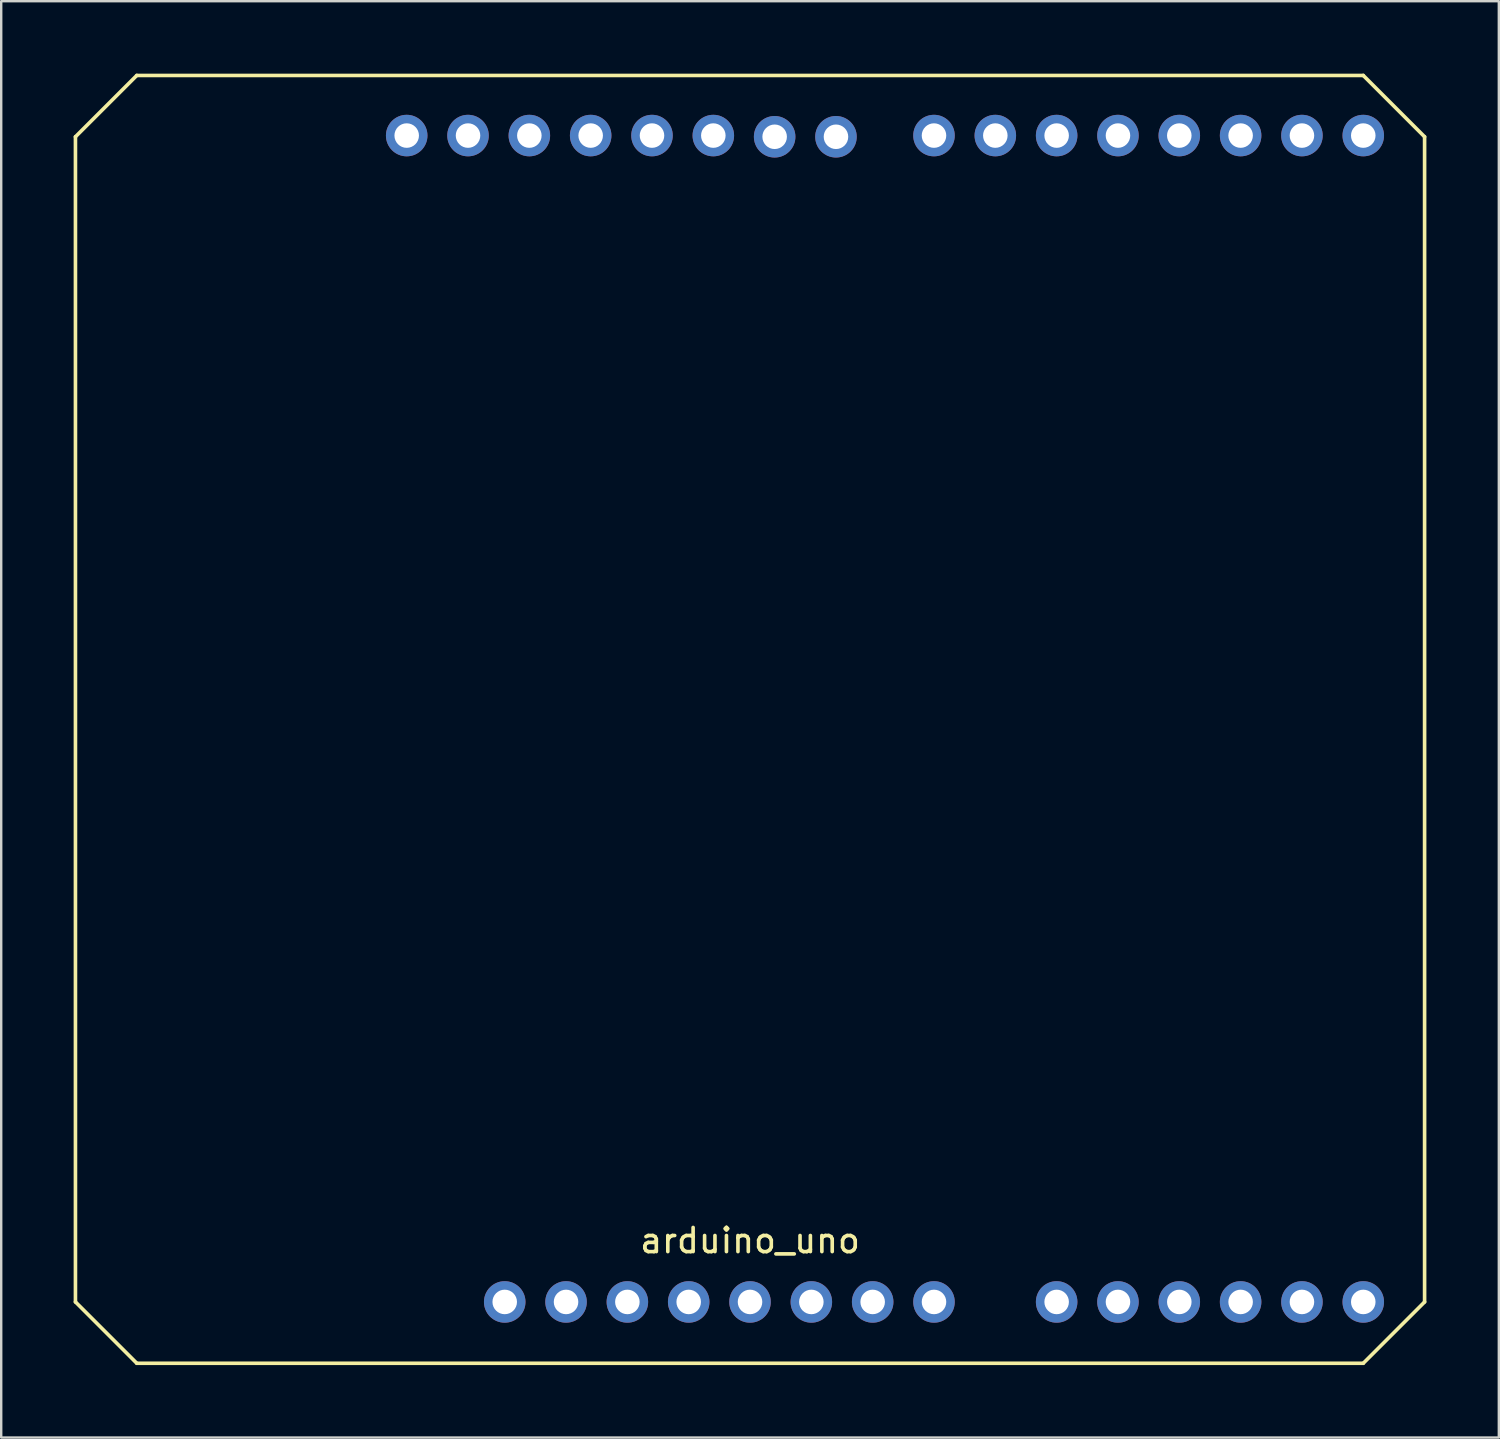
<source format=kicad_pcb>
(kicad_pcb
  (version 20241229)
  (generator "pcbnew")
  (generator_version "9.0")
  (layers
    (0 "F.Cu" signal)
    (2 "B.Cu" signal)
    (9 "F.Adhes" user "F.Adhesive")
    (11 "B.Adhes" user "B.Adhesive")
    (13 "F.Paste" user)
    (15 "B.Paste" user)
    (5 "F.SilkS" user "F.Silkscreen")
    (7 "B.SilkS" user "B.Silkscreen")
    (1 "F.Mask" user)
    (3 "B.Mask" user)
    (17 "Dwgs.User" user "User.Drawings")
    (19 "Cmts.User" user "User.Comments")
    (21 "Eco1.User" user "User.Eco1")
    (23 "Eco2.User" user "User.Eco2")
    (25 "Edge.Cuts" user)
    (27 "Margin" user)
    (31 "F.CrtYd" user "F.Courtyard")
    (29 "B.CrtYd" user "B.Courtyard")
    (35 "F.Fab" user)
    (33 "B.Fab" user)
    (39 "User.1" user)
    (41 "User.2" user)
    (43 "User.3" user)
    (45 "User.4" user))
  (footprint "arduino_uno"
    (layer "F.Cu")
    (at 28.015 26.745)
    (property "Reference" "arduino_uno" (at 0 21.59 0) (layer "F.SilkS") (effects (font (size 1 1) (thickness 0.15))))
    (attr through_hole)
    (fp_line (start -27.94 -24.13) (end -25.4 -26.67) (stroke (width 0.15) (type solid)) (layer "F.SilkS"))
    (fp_line (start -27.94 24.13) (end -27.94 -24.13) (stroke (width 0.15) (type solid)) (layer "F.SilkS"))
    (fp_line (start -25.4 -26.67) (end 25.4 -26.67) (stroke (width 0.15) (type solid)) (layer "F.SilkS"))
    (fp_line (start -25.4 26.67) (end -27.94 24.13) (stroke (width 0.15) (type solid)) (layer "F.SilkS"))
    (fp_line (start 25.4 -26.67) (end 27.94 -24.13) (stroke (width 0.15) (type solid)) (layer "F.SilkS"))
    (fp_line (start 25.4 26.67) (end -25.4 26.67) (stroke (width 0.15) (type solid)) (layer "F.SilkS"))
    (fp_line (start 27.94 -24.13) (end 27.94 24.13) (stroke (width 0.15) (type solid)) (layer "F.SilkS"))
    (fp_line (start 27.94 24.13) (end 25.4 26.67) (stroke (width 0.15) (type solid)) (layer "F.SilkS"))
    (pad "1" thru_hole circle (at -10.16 24.13) (size 1.72 1.72) (drill 1.016) (layers "*.Cu" "*.Mask"))
    (pad "2" thru_hole circle (at -7.62 24.13) (size 1.72 1.72) (drill 1.016) (layers "*.Cu" "*.Mask"))
    (pad "3" thru_hole circle (at -5.08 24.13) (size 1.72 1.72) (drill 1.016) (layers "*.Cu" "*.Mask"))
    (pad "4" thru_hole circle (at -2.54 24.13) (size 1.72 1.72) (drill 1.016) (layers "*.Cu" "*.Mask"))
    (pad "5" thru_hole circle (at 0 24.13) (size 1.72 1.72) (drill 1.016) (layers "*.Cu" "*.Mask"))
    (pad "6" thru_hole circle (at 2.54 24.13) (size 1.72 1.72) (drill 1.016) (layers "*.Cu" "*.Mask"))
    (pad "7" thru_hole circle (at 5.08 24.13) (size 1.72 1.72) (drill 1.016) (layers "*.Cu" "*.Mask"))
    (pad "8" thru_hole circle (at 7.62 24.13) (size 1.72 1.72) (drill 1.016) (layers "*.Cu" "*.Mask"))
    (pad "9" thru_hole circle (at 12.7 24.13) (size 1.72 1.72) (drill 1.016) (layers "*.Cu" "*.Mask"))
    (pad "10" thru_hole circle (at 15.24 24.13) (size 1.72 1.72) (drill 1.016) (layers "*.Cu" "*.Mask"))
    (pad "11" thru_hole circle (at 17.78 24.13) (size 1.72 1.72) (drill 1.016) (layers "*.Cu" "*.Mask"))
    (pad "12" thru_hole circle (at 20.32 24.13) (size 1.72 1.72) (drill 1.016) (layers "*.Cu" "*.Mask"))
    (pad "13" thru_hole circle (at 22.86 24.13) (size 1.72 1.72) (drill 1.016) (layers "*.Cu" "*.Mask"))
    (pad "14" thru_hole circle (at 25.4 24.13) (size 1.72 1.72) (drill 1.016) (layers "*.Cu" "*.Mask"))
    (pad "15" thru_hole circle (at 25.4 -24.18) (size 1.72 1.72) (drill 1.016) (layers "*.Cu" "*.Mask"))
    (pad "16" thru_hole circle (at 22.86 -24.18) (size 1.72 1.72) (drill 1.016) (layers "*.Cu" "*.Mask"))
    (pad "17" thru_hole circle (at 20.32 -24.18) (size 1.72 1.72) (drill 1.016) (layers "*.Cu" "*.Mask"))
    (pad "18" thru_hole circle (at 17.78 -24.18) (size 1.72 1.72) (drill 1.016) (layers "*.Cu" "*.Mask"))
    (pad "19" thru_hole circle (at 15.24 -24.18) (size 1.72 1.72) (drill 1.016) (layers "*.Cu" "*.Mask"))
    (pad "20" thru_hole circle (at 12.7 -24.18) (size 1.72 1.72) (drill 1.016) (layers "*.Cu" "*.Mask"))
    (pad "21" thru_hole circle (at 10.16 -24.18) (size 1.72 1.72) (drill 1.016) (layers "*.Cu" "*.Mask"))
    (pad "22" thru_hole circle (at 7.62 -24.18) (size 1.72 1.72) (drill 1.016) (layers "*.Cu" "*.Mask"))
    (pad "23" thru_hole circle (at 3.56 -24.13) (size 1.72 1.72) (drill 1.016) (layers "*.Cu" "*.Mask"))
    (pad "24" thru_hole circle (at 1.02 -24.13) (size 1.72 1.72) (drill 1.016) (layers "*.Cu" "*.Mask"))
    (pad "25" thru_hole circle (at -1.52 -24.18) (size 1.72 1.72) (drill 1.016) (layers "*.Cu" "*.Mask"))
    (pad "26" thru_hole circle (at -4.06 -24.18) (size 1.72 1.72) (drill 1.016) (layers "*.Cu" "*.Mask"))
    (pad "27" thru_hole circle (at -6.6 -24.18) (size 1.72 1.72) (drill 1.016) (layers "*.Cu" "*.Mask"))
    (pad "28" thru_hole circle (at -9.14 -24.18) (size 1.72 1.72) (drill 1.016) (layers "*.Cu" "*.Mask"))
    (pad "29" thru_hole circle (at -11.68 -24.18) (size 1.72 1.72) (drill 1.016) (layers "*.Cu" "*.Mask"))
    (pad "30" thru_hole circle (at -14.22 -24.18) (size 1.72 1.72) (drill 1.016) (layers "*.Cu" "*.Mask")))
  (gr_rect
    (start -3 -3)
    (end 59.03 56.49)
    (stroke (width 0.1) (type default))
    (fill no)
    (layer "Edge.Cuts")))
</source>
